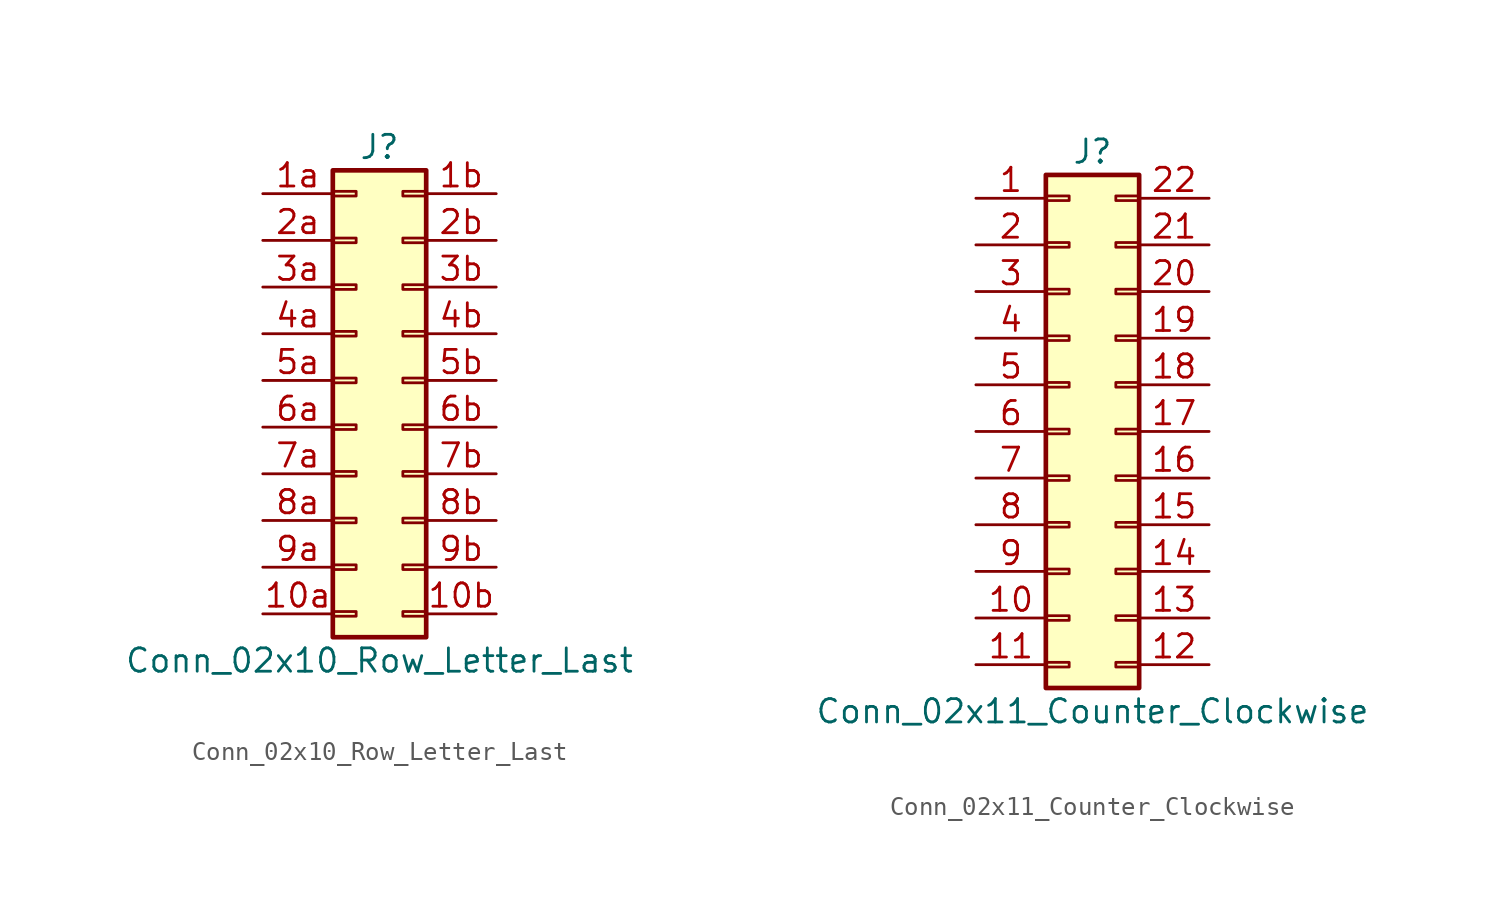
<source format=kicad_sym>
(kicad_symbol_lib
  (version 20201005)
  (generator kicad_symbol_editor)
  (symbol "Conn_02x10_Row_Letter_Last"
    (pin_names
      (offset 1.016) hide)
    (property "Reference" "J"
      (at 1.27 12.7 0)
      (effects (font (size 1.27 1.27))))
    (property "Value" "Conn_02x10_Row_Letter_Last"
      (at 1.27 -15.24 0)
      (effects (font (size 1.27 1.27))))
    (symbol "Conn_02x10_Row_Letter_Last_1_1"
      (rectangle (start -1.27 -12.573) (end 0 -12.827) (stroke (width 0.152)) (fill (type none)))
      (rectangle (start -1.27 -10.033) (end 0 -10.287) (stroke (width 0.152)) (fill (type none)))
      (rectangle (start -1.27 -7.493) (end 0 -7.747) (stroke (width 0.152)) (fill (type none)))
      (rectangle (start -1.27 -4.953) (end 0 -5.207) (stroke (width 0.152)) (fill (type none)))
      (rectangle (start -1.27 -2.413) (end 0 -2.667) (stroke (width 0.152)) (fill (type none)))
      (rectangle (start -1.27 0.127) (end 0 -0.127) (stroke (width 0.152)) (fill (type none)))
      (rectangle (start -1.27 2.667) (end 0 2.413) (stroke (width 0.152)) (fill (type none)))
      (rectangle (start -1.27 5.207) (end 0 4.953) (stroke (width 0.152)) (fill (type none)))
      (rectangle (start -1.27 7.747) (end 0 7.493) (stroke (width 0.152)) (fill (type none)))
      (rectangle (start -1.27 10.287) (end 0 10.033) (stroke (width 0.152)) (fill (type none)))
      (rectangle (start -1.27 11.43) (end 3.81 -13.97) (stroke (width 0.254)) (fill (type background)))
      (rectangle (start 3.81 -12.573) (end 2.54 -12.827) (stroke (width 0.152)) (fill (type none)))
      (rectangle (start 3.81 -10.033) (end 2.54 -10.287) (stroke (width 0.152)) (fill (type none)))
      (rectangle (start 3.81 -7.493) (end 2.54 -7.747) (stroke (width 0.152)) (fill (type none)))
      (rectangle (start 3.81 -4.953) (end 2.54 -5.207) (stroke (width 0.152)) (fill (type none)))
      (rectangle (start 3.81 -2.413) (end 2.54 -2.667) (stroke (width 0.152)) (fill (type none)))
      (rectangle (start 3.81 0.127) (end 2.54 -0.127) (stroke (width 0.152)) (fill (type none)))
      (rectangle (start 3.81 2.667) (end 2.54 2.413) (stroke (width 0.152)) (fill (type none)))
      (rectangle (start 3.81 5.207) (end 2.54 4.953) (stroke (width 0.152)) (fill (type none)))
      (rectangle (start 3.81 7.747) (end 2.54 7.493) (stroke (width 0.152)) (fill (type none)))
      (rectangle (start 3.81 10.287) (end 2.54 10.033) (stroke (width 0.152)) (fill (type none)))
      (pin passive line (at -5.08 -12.7 0) (length 3.81) (name "Pin_10a" (effects (font (size 1.27 1.27)))) (number "10a" (effects (font (size 1.27 1.27)))))
      (pin passive line (at 7.62 -12.7 180) (length 3.81) (name "Pin_10b" (effects (font (size 1.27 1.27)))) (number "10b" (effects (font (size 1.27 1.27)))))
      (pin passive line (at -5.08 10.16 0) (length 3.81) (name "Pin_1a" (effects (font (size 1.27 1.27)))) (number "1a" (effects (font (size 1.27 1.27)))))
      (pin passive line (at 7.62 10.16 180) (length 3.81) (name "Pin_1b" (effects (font (size 1.27 1.27)))) (number "1b" (effects (font (size 1.27 1.27)))))
      (pin passive line (at -5.08 7.62 0) (length 3.81) (name "Pin_2a" (effects (font (size 1.27 1.27)))) (number "2a" (effects (font (size 1.27 1.27)))))
      (pin passive line (at 7.62 7.62 180) (length 3.81) (name "Pin_2b" (effects (font (size 1.27 1.27)))) (number "2b" (effects (font (size 1.27 1.27)))))
      (pin passive line (at -5.08 5.08 0) (length 3.81) (name "Pin_3a" (effects (font (size 1.27 1.27)))) (number "3a" (effects (font (size 1.27 1.27)))))
      (pin passive line (at 7.62 5.08 180) (length 3.81) (name "Pin_3b" (effects (font (size 1.27 1.27)))) (number "3b" (effects (font (size 1.27 1.27)))))
      (pin passive line (at -5.08 2.54 0) (length 3.81) (name "Pin_4a" (effects (font (size 1.27 1.27)))) (number "4a" (effects (font (size 1.27 1.27)))))
      (pin passive line (at 7.62 2.54 180) (length 3.81) (name "Pin_4b" (effects (font (size 1.27 1.27)))) (number "4b" (effects (font (size 1.27 1.27)))))
      (pin passive line (at -5.08 0 0) (length 3.81) (name "Pin_5a" (effects (font (size 1.27 1.27)))) (number "5a" (effects (font (size 1.27 1.27)))))
      (pin passive line (at 7.62 0 180) (length 3.81) (name "Pin_5b" (effects (font (size 1.27 1.27)))) (number "5b" (effects (font (size 1.27 1.27)))))
      (pin passive line (at -5.08 -2.54 0) (length 3.81) (name "Pin_6a" (effects (font (size 1.27 1.27)))) (number "6a" (effects (font (size 1.27 1.27)))))
      (pin passive line (at 7.62 -2.54 180) (length 3.81) (name "Pin_6b" (effects (font (size 1.27 1.27)))) (number "6b" (effects (font (size 1.27 1.27)))))
      (pin passive line (at -5.08 -5.08 0) (length 3.81) (name "Pin_7a" (effects (font (size 1.27 1.27)))) (number "7a" (effects (font (size 1.27 1.27)))))
      (pin passive line (at 7.62 -5.08 180) (length 3.81) (name "Pin_7b" (effects (font (size 1.27 1.27)))) (number "7b" (effects (font (size 1.27 1.27)))))
      (pin passive line (at -5.08 -7.62 0) (length 3.81) (name "Pin_8a" (effects (font (size 1.27 1.27)))) (number "8a" (effects (font (size 1.27 1.27)))))
      (pin passive line (at 7.62 -7.62 180) (length 3.81) (name "Pin_8b" (effects (font (size 1.27 1.27)))) (number "8b" (effects (font (size 1.27 1.27)))))
      (pin passive line (at -5.08 -10.16 0) (length 3.81) (name "Pin_9a" (effects (font (size 1.27 1.27)))) (number "9a" (effects (font (size 1.27 1.27)))))
      (pin passive line (at 7.62 -10.16 180) (length 3.81) (name "Pin_9b" (effects (font (size 1.27 1.27)))) (number "9b" (effects (font (size 1.27 1.27)))))))
  (symbol "Conn_02x11_Counter_Clockwise"
    (pin_names
      (offset 1.016) hide)
    (property "Reference" "J"
      (at 1.27 15.24 0)
      (effects (font (size 1.27 1.27))))
    (property "Value" "Conn_02x11_Counter_Clockwise"
      (at 1.27 -15.24 0)
      (effects (font (size 1.27 1.27))))
    (symbol "Conn_02x11_Counter_Clockwise_1_1"
      (rectangle (start -1.27 -12.573) (end 0 -12.827) (stroke (width 0.152)) (fill (type none)))
      (rectangle (start -1.27 -10.033) (end 0 -10.287) (stroke (width 0.152)) (fill (type none)))
      (rectangle (start -1.27 -7.493) (end 0 -7.747) (stroke (width 0.152)) (fill (type none)))
      (rectangle (start -1.27 -4.953) (end 0 -5.207) (stroke (width 0.152)) (fill (type none)))
      (rectangle (start -1.27 -2.413) (end 0 -2.667) (stroke (width 0.152)) (fill (type none)))
      (rectangle (start -1.27 0.127) (end 0 -0.127) (stroke (width 0.152)) (fill (type none)))
      (rectangle (start -1.27 2.667) (end 0 2.413) (stroke (width 0.152)) (fill (type none)))
      (rectangle (start -1.27 5.207) (end 0 4.953) (stroke (width 0.152)) (fill (type none)))
      (rectangle (start -1.27 7.747) (end 0 7.493) (stroke (width 0.152)) (fill (type none)))
      (rectangle (start -1.27 10.287) (end 0 10.033) (stroke (width 0.152)) (fill (type none)))
      (rectangle (start -1.27 12.827) (end 0 12.573) (stroke (width 0.152)) (fill (type none)))
      (rectangle (start -1.27 13.97) (end 3.81 -13.97) (stroke (width 0.254)) (fill (type background)))
      (rectangle (start 3.81 -12.573) (end 2.54 -12.827) (stroke (width 0.152)) (fill (type none)))
      (rectangle (start 3.81 -10.033) (end 2.54 -10.287) (stroke (width 0.152)) (fill (type none)))
      (rectangle (start 3.81 -7.493) (end 2.54 -7.747) (stroke (width 0.152)) (fill (type none)))
      (rectangle (start 3.81 -4.953) (end 2.54 -5.207) (stroke (width 0.152)) (fill (type none)))
      (rectangle (start 3.81 -2.413) (end 2.54 -2.667) (stroke (width 0.152)) (fill (type none)))
      (rectangle (start 3.81 0.127) (end 2.54 -0.127) (stroke (width 0.152)) (fill (type none)))
      (rectangle (start 3.81 2.667) (end 2.54 2.413) (stroke (width 0.152)) (fill (type none)))
      (rectangle (start 3.81 5.207) (end 2.54 4.953) (stroke (width 0.152)) (fill (type none)))
      (rectangle (start 3.81 7.747) (end 2.54 7.493) (stroke (width 0.152)) (fill (type none)))
      (rectangle (start 3.81 10.287) (end 2.54 10.033) (stroke (width 0.152)) (fill (type none)))
      (rectangle (start 3.81 12.827) (end 2.54 12.573) (stroke (width 0.152)) (fill (type none)))
      (pin passive line (at -5.08 12.7 0) (length 3.81) (name "Pin_1" (effects (font (size 1.27 1.27)))) (number "1" (effects (font (size 1.27 1.27)))))
      (pin passive line (at -5.08 -10.16 0) (length 3.81) (name "Pin_10" (effects (font (size 1.27 1.27)))) (number "10" (effects (font (size 1.27 1.27)))))
      (pin passive line (at -5.08 -12.7 0) (length 3.81) (name "Pin_11" (effects (font (size 1.27 1.27)))) (number "11" (effects (font (size 1.27 1.27)))))
      (pin passive line (at 7.62 -12.7 180) (length 3.81) (name "Pin_12" (effects (font (size 1.27 1.27)))) (number "12" (effects (font (size 1.27 1.27)))))
      (pin passive line (at 7.62 -10.16 180) (length 3.81) (name "Pin_13" (effects (font (size 1.27 1.27)))) (number "13" (effects (font (size 1.27 1.27)))))
      (pin passive line (at 7.62 -7.62 180) (length 3.81) (name "Pin_14" (effects (font (size 1.27 1.27)))) (number "14" (effects (font (size 1.27 1.27)))))
      (pin passive line (at 7.62 -5.08 180) (length 3.81) (name "Pin_15" (effects (font (size 1.27 1.27)))) (number "15" (effects (font (size 1.27 1.27)))))
      (pin passive line (at 7.62 -2.54 180) (length 3.81) (name "Pin_16" (effects (font (size 1.27 1.27)))) (number "16" (effects (font (size 1.27 1.27)))))
      (pin passive line (at 7.62 0 180) (length 3.81) (name "Pin_17" (effects (font (size 1.27 1.27)))) (number "17" (effects (font (size 1.27 1.27)))))
      (pin passive line (at 7.62 2.54 180) (length 3.81) (name "Pin_18" (effects (font (size 1.27 1.27)))) (number "18" (effects (font (size 1.27 1.27)))))
      (pin passive line (at 7.62 5.08 180) (length 3.81) (name "Pin_19" (effects (font (size 1.27 1.27)))) (number "19" (effects (font (size 1.27 1.27)))))
      (pin passive line (at -5.08 10.16 0) (length 3.81) (name "Pin_2" (effects (font (size 1.27 1.27)))) (number "2" (effects (font (size 1.27 1.27)))))
      (pin passive line (at 7.62 7.62 180) (length 3.81) (name "Pin_20" (effects (font (size 1.27 1.27)))) (number "20" (effects (font (size 1.27 1.27)))))
      (pin passive line (at 7.62 10.16 180) (length 3.81) (name "Pin_21" (effects (font (size 1.27 1.27)))) (number "21" (effects (font (size 1.27 1.27)))))
      (pin passive line (at 7.62 12.7 180) (length 3.81) (name "Pin_22" (effects (font (size 1.27 1.27)))) (number "22" (effects (font (size 1.27 1.27)))))
      (pin passive line (at -5.08 7.62 0) (length 3.81) (name "Pin_3" (effects (font (size 1.27 1.27)))) (number "3" (effects (font (size 1.27 1.27)))))
      (pin passive line (at -5.08 5.08 0) (length 3.81) (name "Pin_4" (effects (font (size 1.27 1.27)))) (number "4" (effects (font (size 1.27 1.27)))))
      (pin passive line (at -5.08 2.54 0) (length 3.81) (name "Pin_5" (effects (font (size 1.27 1.27)))) (number "5" (effects (font (size 1.27 1.27)))))
      (pin passive line (at -5.08 0 0) (length 3.81) (name "Pin_6" (effects (font (size 1.27 1.27)))) (number "6" (effects (font (size 1.27 1.27)))))
      (pin passive line (at -5.08 -2.54 0) (length 3.81) (name "Pin_7" (effects (font (size 1.27 1.27)))) (number "7" (effects (font (size 1.27 1.27)))))
      (pin passive line (at -5.08 -5.08 0) (length 3.81) (name "Pin_8" (effects (font (size 1.27 1.27)))) (number "8" (effects (font (size 1.27 1.27)))))
      (pin passive line (at -5.08 -7.62 0) (length 3.81) (name "Pin_9" (effects (font (size 1.27 1.27)))) (number "9" (effects (font (size 1.27 1.27))))))))
</source>
